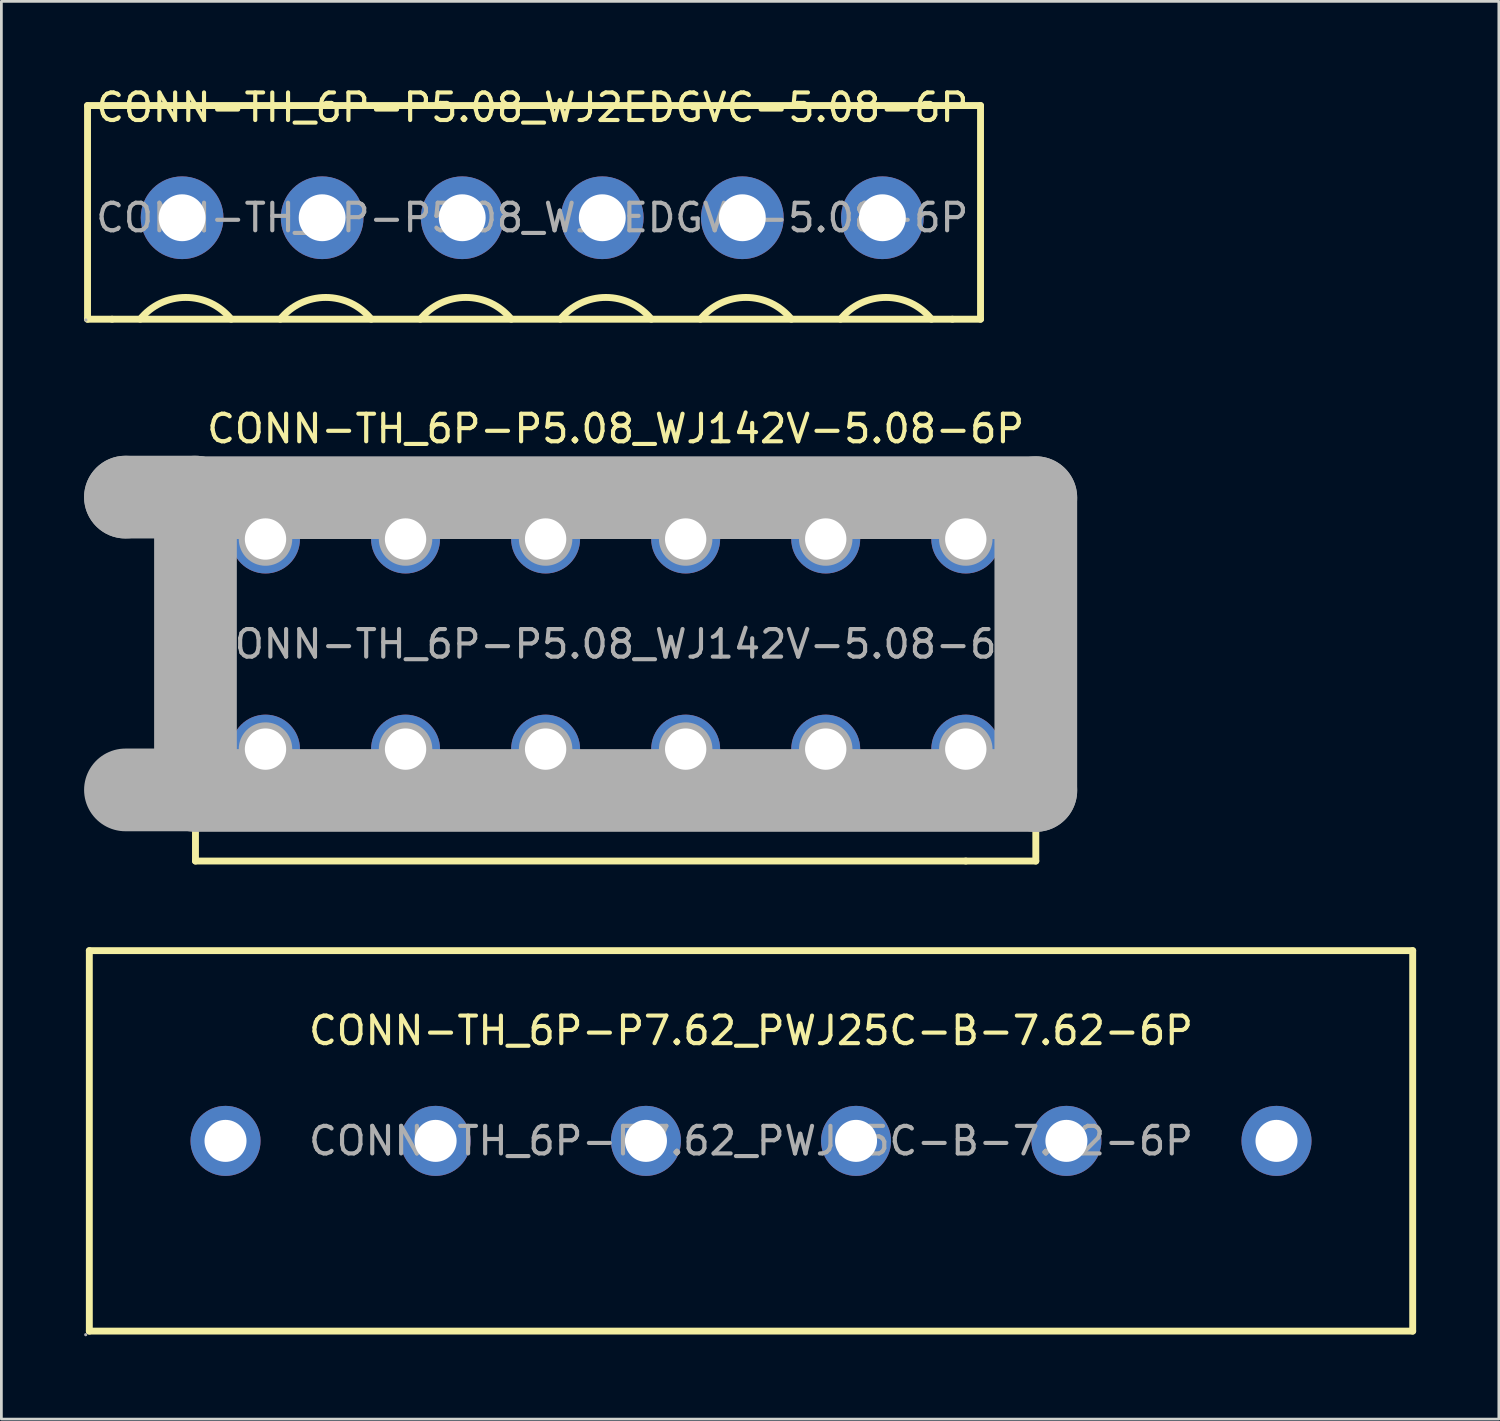
<source format=kicad_pcb>
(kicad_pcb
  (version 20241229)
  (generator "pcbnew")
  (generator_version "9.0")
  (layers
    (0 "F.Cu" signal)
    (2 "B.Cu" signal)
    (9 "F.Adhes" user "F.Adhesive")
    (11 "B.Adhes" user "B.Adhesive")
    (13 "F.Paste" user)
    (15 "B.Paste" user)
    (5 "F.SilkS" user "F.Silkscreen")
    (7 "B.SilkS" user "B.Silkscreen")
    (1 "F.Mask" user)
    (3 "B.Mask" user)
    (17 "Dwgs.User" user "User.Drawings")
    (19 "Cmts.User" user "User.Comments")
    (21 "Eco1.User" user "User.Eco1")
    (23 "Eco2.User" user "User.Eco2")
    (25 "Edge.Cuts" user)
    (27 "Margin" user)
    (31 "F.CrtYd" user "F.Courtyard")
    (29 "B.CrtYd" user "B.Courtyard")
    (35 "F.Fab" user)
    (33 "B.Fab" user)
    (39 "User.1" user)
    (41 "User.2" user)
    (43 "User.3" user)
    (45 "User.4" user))
  (footprint "CONN-TH_6P-P5.08_WJ2EDGVC-5.08-6P"
    (layer "F.Cu")
    (at 16.255 4.848)
    (property "Reference" "CONN-TH_6P-P5.08_WJ2EDGVC-5.08-6P" (at 0 -4 0) (layer "F.SilkS") (effects (font (size 1 1) (thickness 0.15))))
    (attr through_hole)
    (fp_line (start -16.13 -4.07) (end -16.13 3.68) (stroke (width 0.25) (type solid)) (layer "F.SilkS"))
    (fp_line (start -16.13 3.68) (end -15.24 3.68) (stroke (width 0.25) (type solid)) (layer "F.SilkS"))
    (fp_line (start -15.24 3.68) (end 15.24 3.68) (stroke (width 0.25) (type solid)) (layer "F.SilkS"))
    (fp_line (start 15.24 3.68) (end 16.26 3.68) (stroke (width 0.25) (type solid)) (layer "F.SilkS"))
    (fp_line (start 16.26 -4.07) (end -16.13 -4.07) (stroke (width 0.25) (type solid)) (layer "F.SilkS"))
    (fp_line (start 16.26 3.68) (end 16.26 -4.07) (stroke (width 0.25) (type solid)) (layer "F.SilkS"))
    (fp_arc (start -14.218881 3.678614) (mid -12.569109 2.890709) (end -10.92 3.68) (stroke (width 0.25) (type solid)) (layer "F.SilkS"))
    (fp_arc (start -9.138881 3.678614) (mid -7.489109 2.890709) (end -5.84 3.68) (stroke (width 0.25) (type solid)) (layer "F.SilkS"))
    (fp_arc (start -4.058881 3.678614) (mid -2.409109 2.890709) (end -0.76 3.68) (stroke (width 0.25) (type solid)) (layer "F.SilkS"))
    (fp_arc (start 1.021119 3.678614) (mid 2.670891 2.890709) (end 4.32 3.68) (stroke (width 0.25) (type solid)) (layer "F.SilkS"))
    (fp_arc (start 6.101119 3.678614) (mid 7.750891 2.890709) (end 9.4 3.68) (stroke (width 0.25) (type solid)) (layer "F.SilkS"))
    (fp_arc (start 11.181119 3.678614) (mid 12.830891 2.890709) (end 14.48 3.68) (stroke (width 0.25) (type solid)) (layer "F.SilkS"))
    (fp_circle (center -16.19 3.71) (end -16.16 3.71) (stroke (width 0.06) (type solid)) (fill no) (layer "F.Fab"))
    (fp_text user "${REFERENCE}" (at 0 0 0) (layer "F.Fab") (effects (font (size 1 1) (thickness 0.15))))
    (pad "1" thru_hole circle (at -12.7 0) (size 3 3) (drill 1.7) (layers "*.Cu" "*.Paste" "*.Mask"))
    (pad "2" thru_hole circle (at -7.62 0) (size 3 3) (drill 1.7) (layers "*.Cu" "*.Paste" "*.Mask"))
    (pad "3" thru_hole circle (at -2.54 0) (size 3 3) (drill 1.7) (layers "*.Cu" "*.Paste" "*.Mask"))
    (pad "4" thru_hole circle (at 2.54 0) (size 3 3) (drill 1.7) (layers "*.Cu" "*.Paste" "*.Mask"))
    (pad "5" thru_hole circle (at 7.62 0) (size 3 3) (drill 1.7) (layers "*.Cu" "*.Paste" "*.Mask"))
    (pad "6" thru_hole circle (at 12.7 0) (size 3 3) (drill 1.7) (layers "*.Cu" "*.Paste" "*.Mask")))
  (footprint "CONN-TH_6P-P5.08_WJ142V-5.08-6P"
    (layer "F.Cu")
    (at 19.28 20.311)
    (property "Reference" "CONN-TH_6P-P5.08_WJ142V-5.08-6P" (at 0 -7.81 0) (layer "F.SilkS") (effects (font (size 1 1) (thickness 0.15))))
    (attr through_hole)
    (fp_line (start -15.24 5.33) (end -15.24 7.87) (stroke (width 0.25) (type solid)) (layer "F.SilkS"))
    (fp_line (start -15.24 7.87) (end 12.7 7.87) (stroke (width 0.25) (type solid)) (layer "F.SilkS"))
    (fp_line (start 15.24 5.33) (end 15.24 7.87) (stroke (width 0.25) (type solid)) (layer "F.SilkS"))
    (fp_line (start 15.24 7.87) (end 12.7 7.87) (stroke (width 0.25) (type solid)) (layer "F.SilkS"))
    (fp_line (start -17.78 -5.33) (end -17.78 -5.33) (stroke (width 3) (type solid)) (layer "F.Fab"))
    (fp_line (start -17.78 -5.33) (end -15.24 -5.33) (stroke (width 3) (type solid)) (layer "F.Fab"))
    (fp_line (start -15.24 -5.33) (end -15.24 5.29) (stroke (width 3) (type solid)) (layer "F.Fab"))
    (fp_line (start -15.24 -5.31) (end -15.24 -5.31) (stroke (width 3) (type solid)) (layer "F.Fab"))
    (fp_line (start -15.24 -5.31) (end 15.24 -5.31) (stroke (width 3) (type solid)) (layer "F.Fab"))
    (fp_line (start -15.24 5.29) (end -17.78 5.29) (stroke (width 3) (type solid)) (layer "F.Fab"))
    (fp_line (start 15.24 -5.31) (end 15.24 5.31) (stroke (width 3) (type solid)) (layer "F.Fab"))
    (fp_line (start 15.24 5.31) (end -15.24 5.31) (stroke (width 3) (type solid)) (layer "F.Fab"))
    (fp_circle (center -17.91 -5.46) (end -17.88 -5.46) (stroke (width 0.06) (type solid)) (fill no) (layer "F.Fab"))
    (fp_circle (center -12.7 -3.81) (end -12.38 -3.81) (stroke (width 0.65) (type solid)) (fill no) (layer "F.Fab"))
    (fp_circle (center -12.7 3.81) (end -12.38 3.81) (stroke (width 0.65) (type solid)) (fill no) (layer "F.Fab"))
    (fp_circle (center -7.62 -3.81) (end -7.3 -3.81) (stroke (width 0.65) (type solid)) (fill no) (layer "F.Fab"))
    (fp_circle (center -7.62 3.81) (end -7.3 3.81) (stroke (width 0.65) (type solid)) (fill no) (layer "F.Fab"))
    (fp_circle (center -2.54 -3.81) (end -2.22 -3.81) (stroke (width 0.65) (type solid)) (fill no) (layer "F.Fab"))
    (fp_circle (center -2.54 3.81) (end -2.22 3.81) (stroke (width 0.65) (type solid)) (fill no) (layer "F.Fab"))
    (fp_circle (center 2.54 -3.81) (end 2.86 -3.81) (stroke (width 0.65) (type solid)) (fill no) (layer "F.Fab"))
    (fp_circle (center 2.54 3.81) (end 2.86 3.81) (stroke (width 0.65) (type solid)) (fill no) (layer "F.Fab"))
    (fp_circle (center 7.62 -3.81) (end 7.94 -3.81) (stroke (width 0.65) (type solid)) (fill no) (layer "F.Fab"))
    (fp_circle (center 7.62 3.81) (end 7.94 3.81) (stroke (width 0.65) (type solid)) (fill no) (layer "F.Fab"))
    (fp_circle (center 12.7 -3.81) (end 13.02 -3.81) (stroke (width 0.65) (type solid)) (fill no) (layer "F.Fab"))
    (fp_circle (center 12.7 3.81) (end 13.02 3.81) (stroke (width 0.65) (type solid)) (fill no) (layer "F.Fab"))
    (fp_text user "${REFERENCE}" (at 0 0 0) (layer "F.Fab") (effects (font (size 1 1) (thickness 0.15))))
    (pad "1" thru_hole circle (at -12.7 -3.81) (size 2.5 2.5) (drill 1.5) (layers "*.Cu" "*.Paste" "*.Mask"))
    (pad "1" thru_hole circle (at -12.7 3.81) (size 2.5 2.5) (drill 1.5) (layers "*.Cu" "*.Paste" "*.Mask"))
    (pad "2" thru_hole circle (at -7.62 -3.81) (size 2.5 2.5) (drill 1.5) (layers "*.Cu" "*.Paste" "*.Mask"))
    (pad "2" thru_hole circle (at -7.62 3.81) (size 2.5 2.5) (drill 1.5) (layers "*.Cu" "*.Paste" "*.Mask"))
    (pad "3" thru_hole circle (at -2.54 -3.81) (size 2.5 2.5) (drill 1.5) (layers "*.Cu" "*.Paste" "*.Mask"))
    (pad "3" thru_hole circle (at -2.54 3.81) (size 2.5 2.5) (drill 1.5) (layers "*.Cu" "*.Paste" "*.Mask"))
    (pad "4" thru_hole circle (at 2.54 -3.81) (size 2.5 2.5) (drill 1.5) (layers "*.Cu" "*.Paste" "*.Mask"))
    (pad "4" thru_hole circle (at 2.54 3.81) (size 2.5 2.5) (drill 1.5) (layers "*.Cu" "*.Paste" "*.Mask"))
    (pad "5" thru_hole circle (at 7.62 -3.81) (size 2.5 2.5) (drill 1.5) (layers "*.Cu" "*.Paste" "*.Mask"))
    (pad "5" thru_hole circle (at 7.62 3.81) (size 2.5 2.5) (drill 1.5) (layers "*.Cu" "*.Paste" "*.Mask"))
    (pad "6" thru_hole circle (at 12.7 -3.81) (size 2.5 2.5) (drill 1.5) (layers "*.Cu" "*.Paste" "*.Mask"))
    (pad "6" thru_hole circle (at 12.7 3.81) (size 2.5 2.5) (drill 1.5) (layers "*.Cu" "*.Paste" "*.Mask")))
  (footprint "CONN-TH_6P-P7.62_PWJ25C-B-7.62-6P"
    (layer "F.Cu")
    (at 24.19 38.331)
    (property "Reference" "CONN-TH_6P-P7.62_PWJ25C-B-7.62-6P" (at 0 -4 0) (layer "F.SilkS") (effects (font (size 1 1) (thickness 0.15))))
    (attr through_hole)
    (fp_line (start -24 -6.9) (end 24 -6.9) (stroke (width 0.25) (type solid)) (layer "F.SilkS"))
    (fp_line (start -24 6.9) (end -24 -6.9) (stroke (width 0.25) (type solid)) (layer "F.SilkS"))
    (fp_line (start -24 6.9) (end 24 6.9) (stroke (width 0.25) (type solid)) (layer "F.SilkS"))
    (fp_line (start 24 -6.9) (end 24 6.9) (stroke (width 0.25) (type solid)) (layer "F.SilkS"))
    (fp_circle (center -24.13 7.03) (end -24.1 7.03) (stroke (width 0.06) (type solid)) (fill no) (layer "F.Fab"))
    (fp_circle (center -19.06 0) (end -18.73 0) (stroke (width 0.66) (type solid)) (fill no) (layer "F.Fab"))
    (fp_circle (center -11.44 0) (end -11.11 0) (stroke (width 0.66) (type solid)) (fill no) (layer "F.Fab"))
    (fp_circle (center -3.81 0) (end -3.48 0) (stroke (width 0.66) (type solid)) (fill no) (layer "F.Fab"))
    (fp_circle (center 3.81 0) (end 4.14 0) (stroke (width 0.66) (type solid)) (fill no) (layer "F.Fab"))
    (fp_circle (center 11.44 0) (end 11.77 0) (stroke (width 0.66) (type solid)) (fill no) (layer "F.Fab"))
    (fp_circle (center 19.06 0) (end 19.39 0) (stroke (width 0.66) (type solid)) (fill no) (layer "F.Fab"))
    (fp_text user "${REFERENCE}" (at 0 0 0) (layer "F.Fab") (effects (font (size 1 1) (thickness 0.15))))
    (pad "1" thru_hole circle (at -19.06 0) (size 2.54 2.54) (drill 1.524) (layers "*.Cu" "*.Paste" "*.Mask"))
    (pad "2" thru_hole circle (at -11.44 0) (size 2.54 2.54) (drill 1.524) (layers "*.Cu" "*.Paste" "*.Mask"))
    (pad "3" thru_hole circle (at -3.81 0) (size 2.54 2.54) (drill 1.524) (layers "*.Cu" "*.Paste" "*.Mask"))
    (pad "4" thru_hole circle (at 3.81 0) (size 2.54 2.54) (drill 1.524) (layers "*.Cu" "*.Paste" "*.Mask"))
    (pad "5" thru_hole circle (at 11.44 0) (size 2.54 2.54) (drill 1.524) (layers "*.Cu" "*.Paste" "*.Mask"))
    (pad "6" thru_hole circle (at 19.06 0) (size 2.54 2.54) (drill 1.524) (layers "*.Cu" "*.Paste" "*.Mask")))
  (gr_rect
    (start -3 -3)
    (end 51.315 48.422)
    (stroke (width 0.1) (type default))
    (fill no)
    (layer "Edge.Cuts")))
</source>
